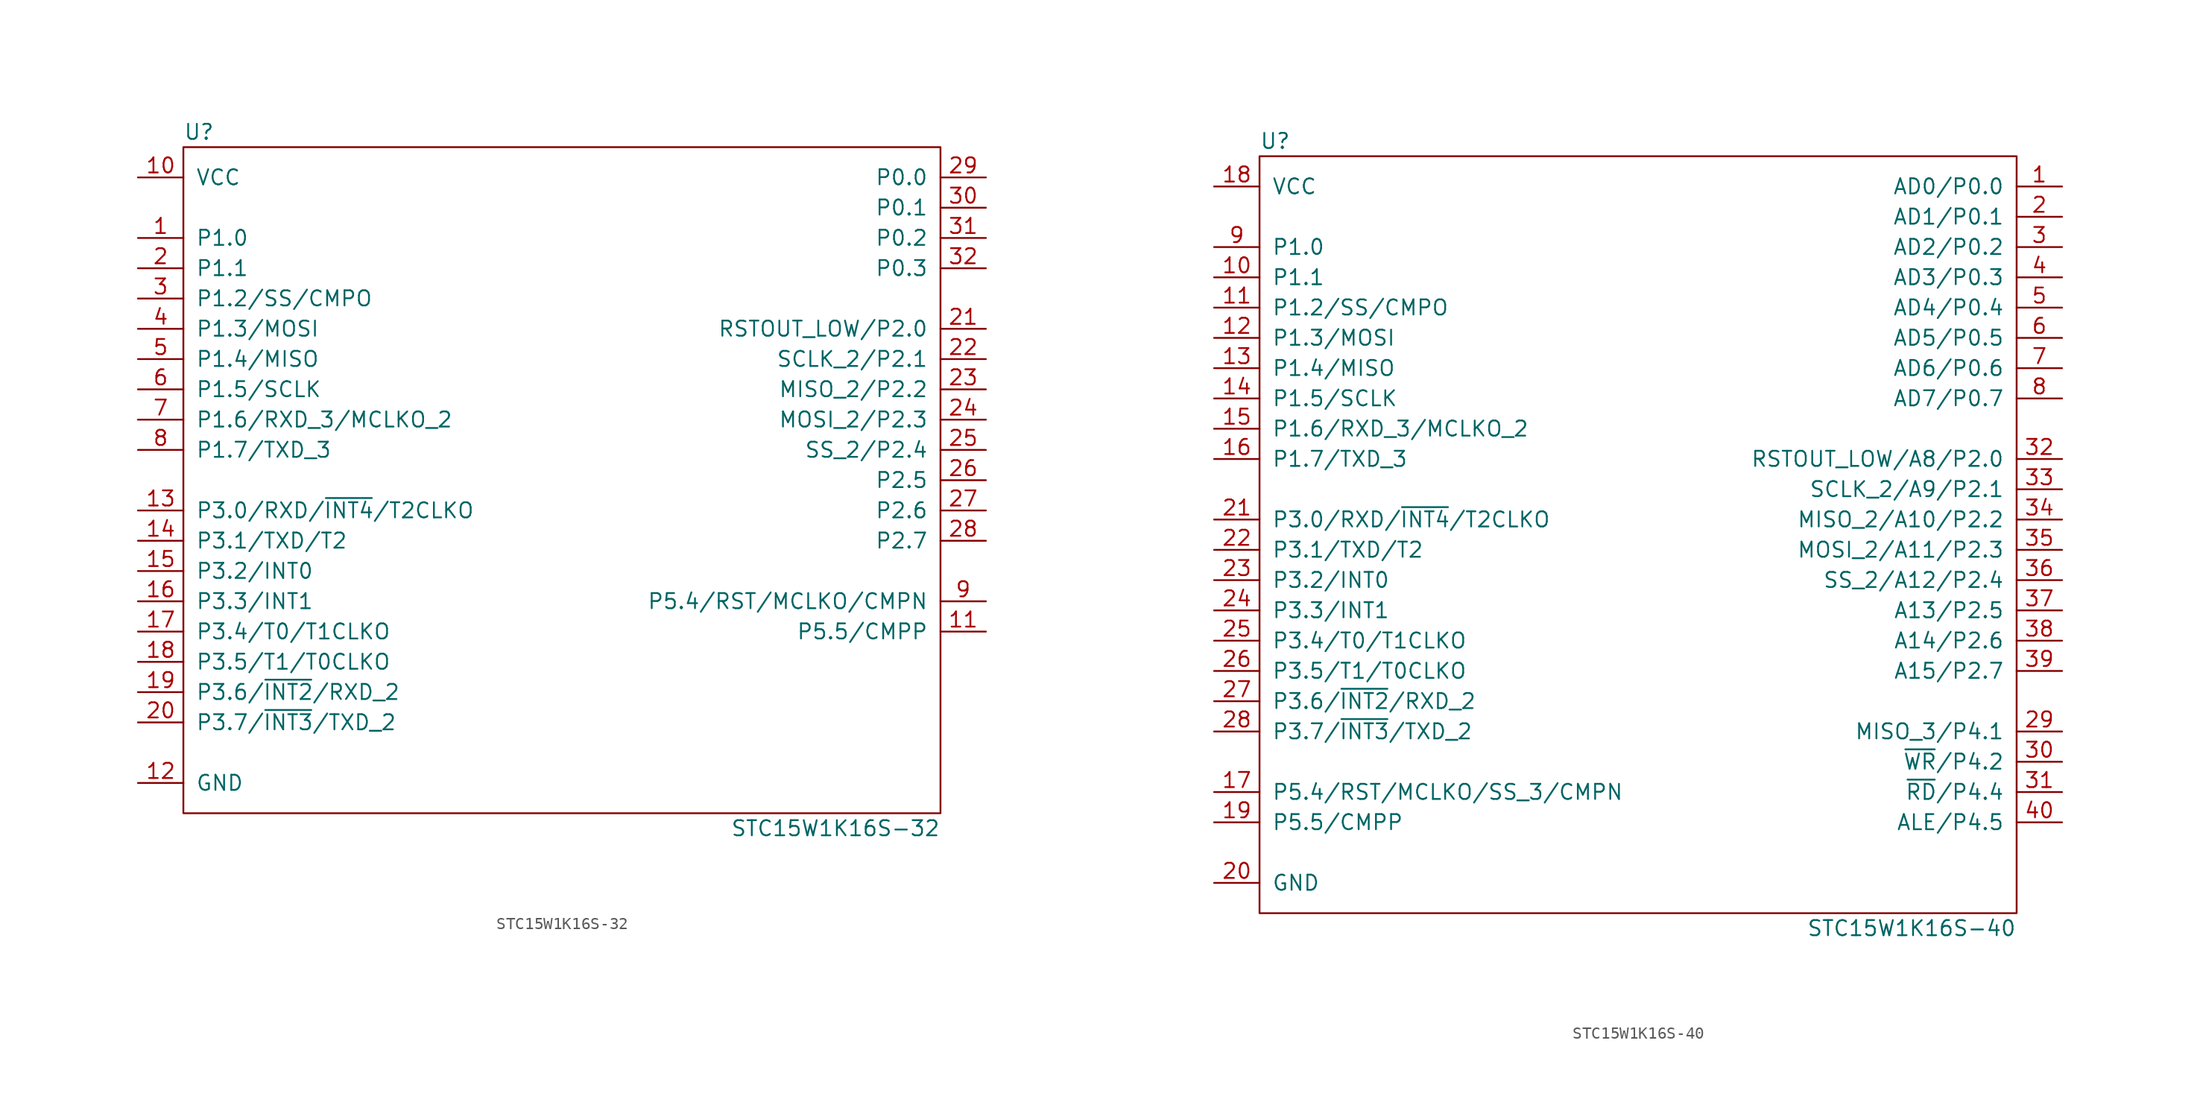
<source format=kicad_sym>
(kicad_symbol_lib
  (version 20211014)
  (generator kicad_symbol_editor)
  (symbol "STC15W1K16S-32"
    (pin_names
      (offset 1.016))
    (property "Reference" "U"
      (at -31.75 29.21 0)
      (effects (font (size 1.27 1.27)) (justify left)))
    (property "Value" "STC15W1K16S-32"
      (at 31.75 -29.21 0)
      (effects (font (size 1.27 1.27)) (justify right)))
    (symbol "STC15W1K16S-32_0_1"
      (rectangle (start -31.75 27.94) (end 31.75 -27.94) (stroke (width 0.152) (type default) (color 0 0 0 0)) (fill (type none))))
    (symbol "STC15W1K16S-32_1_1"
      (pin tri_state line (at -35.56 20.32 0) (length 3.81) (name "P1.0" (effects (font (size 1.27 1.27)))) (number "1" (effects (font (size 1.27 1.27)))))
      (pin power_in line (at -35.56 25.4 0) (length 3.81) (name "VCC" (effects (font (size 1.27 1.27)))) (number "10" (effects (font (size 1.27 1.27)))))
      (pin tri_state line (at 35.56 -12.7 180) (length 3.81) (name "P5.5/CMPP" (effects (font (size 1.27 1.27)))) (number "11" (effects (font (size 1.27 1.27)))))
      (pin power_in line (at -35.56 -25.4 0) (length 3.81) (name "GND" (effects (font (size 1.27 1.27)))) (number "12" (effects (font (size 1.27 1.27)))))
      (pin tri_state line (at -35.56 -2.54 0) (length 3.81) (name "P3.0/RXD/~{INT4}/T2CLKO" (effects (font (size 1.27 1.27)))) (number "13" (effects (font (size 1.27 1.27)))))
      (pin tri_state line (at -35.56 -5.08 0) (length 3.81) (name "P3.1/TXD/T2" (effects (font (size 1.27 1.27)))) (number "14" (effects (font (size 1.27 1.27)))))
      (pin tri_state line (at -35.56 -7.62 0) (length 3.81) (name "P3.2/INT0" (effects (font (size 1.27 1.27)))) (number "15" (effects (font (size 1.27 1.27)))))
      (pin tri_state line (at -35.56 -10.16 0) (length 3.81) (name "P3.3/INT1" (effects (font (size 1.27 1.27)))) (number "16" (effects (font (size 1.27 1.27)))))
      (pin tri_state line (at -35.56 -12.7 0) (length 3.81) (name "P3.4/T0/T1CLKO" (effects (font (size 1.27 1.27)))) (number "17" (effects (font (size 1.27 1.27)))))
      (pin tri_state line (at -35.56 -15.24 0) (length 3.81) (name "P3.5/T1/T0CLKO" (effects (font (size 1.27 1.27)))) (number "18" (effects (font (size 1.27 1.27)))))
      (pin tri_state line (at -35.56 -17.78 0) (length 3.81) (name "P3.6/~{INT2}/RXD_2" (effects (font (size 1.27 1.27)))) (number "19" (effects (font (size 1.27 1.27)))))
      (pin tri_state line (at -35.56 17.78 0) (length 3.81) (name "P1.1" (effects (font (size 1.27 1.27)))) (number "2" (effects (font (size 1.27 1.27)))))
      (pin tri_state line (at -35.56 -20.32 0) (length 3.81) (name "P3.7/~{INT3}/TXD_2" (effects (font (size 1.27 1.27)))) (number "20" (effects (font (size 1.27 1.27)))))
      (pin tri_state line (at 35.56 12.7 180) (length 3.81) (name "RSTOUT_LOW/P2.0" (effects (font (size 1.27 1.27)))) (number "21" (effects (font (size 1.27 1.27)))))
      (pin tri_state line (at 35.56 10.16 180) (length 3.81) (name "SCLK_2/P2.1" (effects (font (size 1.27 1.27)))) (number "22" (effects (font (size 1.27 1.27)))))
      (pin tri_state line (at 35.56 7.62 180) (length 3.81) (name "MISO_2/P2.2" (effects (font (size 1.27 1.27)))) (number "23" (effects (font (size 1.27 1.27)))))
      (pin tri_state line (at 35.56 5.08 180) (length 3.81) (name "MOSI_2/P2.3" (effects (font (size 1.27 1.27)))) (number "24" (effects (font (size 1.27 1.27)))))
      (pin tri_state line (at 35.56 2.54 180) (length 3.81) (name "SS_2/P2.4" (effects (font (size 1.27 1.27)))) (number "25" (effects (font (size 1.27 1.27)))))
      (pin tri_state line (at 35.56 0 180) (length 3.81) (name "P2.5" (effects (font (size 1.27 1.27)))) (number "26" (effects (font (size 1.27 1.27)))))
      (pin tri_state line (at 35.56 -2.54 180) (length 3.81) (name "P2.6" (effects (font (size 1.27 1.27)))) (number "27" (effects (font (size 1.27 1.27)))))
      (pin tri_state line (at 35.56 -5.08 180) (length 3.81) (name "P2.7" (effects (font (size 1.27 1.27)))) (number "28" (effects (font (size 1.27 1.27)))))
      (pin tri_state line (at 35.56 25.4 180) (length 3.81) (name "P0.0" (effects (font (size 1.27 1.27)))) (number "29" (effects (font (size 1.27 1.27)))))
      (pin tri_state line (at -35.56 15.24 0) (length 3.81) (name "P1.2/SS/CMPO" (effects (font (size 1.27 1.27)))) (number "3" (effects (font (size 1.27 1.27)))))
      (pin tri_state line (at 35.56 22.86 180) (length 3.81) (name "P0.1" (effects (font (size 1.27 1.27)))) (number "30" (effects (font (size 1.27 1.27)))))
      (pin tri_state line (at 35.56 20.32 180) (length 3.81) (name "P0.2" (effects (font (size 1.27 1.27)))) (number "31" (effects (font (size 1.27 1.27)))))
      (pin tri_state line (at 35.56 17.78 180) (length 3.81) (name "P0.3" (effects (font (size 1.27 1.27)))) (number "32" (effects (font (size 1.27 1.27)))))
      (pin tri_state line (at -35.56 12.7 0) (length 3.81) (name "P1.3/MOSI" (effects (font (size 1.27 1.27)))) (number "4" (effects (font (size 1.27 1.27)))))
      (pin tri_state line (at -35.56 10.16 0) (length 3.81) (name "P1.4/MISO" (effects (font (size 1.27 1.27)))) (number "5" (effects (font (size 1.27 1.27)))))
      (pin tri_state line (at -35.56 7.62 0) (length 3.81) (name "P1.5/SCLK" (effects (font (size 1.27 1.27)))) (number "6" (effects (font (size 1.27 1.27)))))
      (pin tri_state line (at -35.56 5.08 0) (length 3.81) (name "P1.6/RXD_3/MCLKO_2" (effects (font (size 1.27 1.27)))) (number "7" (effects (font (size 1.27 1.27)))))
      (pin tri_state line (at -35.56 2.54 0) (length 3.81) (name "P1.7/TXD_3" (effects (font (size 1.27 1.27)))) (number "8" (effects (font (size 1.27 1.27)))))
      (pin tri_state line (at 35.56 -10.16 180) (length 3.81) (name "P5.4/RST/MCLKO/CMPN" (effects (font (size 1.27 1.27)))) (number "9" (effects (font (size 1.27 1.27)))))))
  (symbol "STC15W1K16S-40"
    (pin_names
      (offset 1.016))
    (property "Reference" "U"
      (at -31.75 31.75 0)
      (effects (font (size 1.27 1.27)) (justify left)))
    (property "Value" "STC15W1K16S-40"
      (at 31.75 -34.29 0)
      (effects (font (size 1.27 1.27)) (justify right)))
    (symbol "STC15W1K16S-40_0_1"
      (rectangle (start -31.75 30.48) (end 31.75 -33.02) (stroke (width 0.152) (type default) (color 0 0 0 0)) (fill (type none))))
    (symbol "STC15W1K16S-40_1_1"
      (pin tri_state line (at 35.56 27.94 180) (length 3.81) (name "AD0/P0.0" (effects (font (size 1.27 1.27)))) (number "1" (effects (font (size 1.27 1.27)))))
      (pin tri_state line (at -35.56 20.32 0) (length 3.81) (name "P1.1" (effects (font (size 1.27 1.27)))) (number "10" (effects (font (size 1.27 1.27)))))
      (pin tri_state line (at -35.56 17.78 0) (length 3.81) (name "P1.2/SS/CMPO" (effects (font (size 1.27 1.27)))) (number "11" (effects (font (size 1.27 1.27)))))
      (pin tri_state line (at -35.56 15.24 0) (length 3.81) (name "P1.3/MOSI" (effects (font (size 1.27 1.27)))) (number "12" (effects (font (size 1.27 1.27)))))
      (pin tri_state line (at -35.56 12.7 0) (length 3.81) (name "P1.4/MISO" (effects (font (size 1.27 1.27)))) (number "13" (effects (font (size 1.27 1.27)))))
      (pin tri_state line (at -35.56 10.16 0) (length 3.81) (name "P1.5/SCLK" (effects (font (size 1.27 1.27)))) (number "14" (effects (font (size 1.27 1.27)))))
      (pin tri_state line (at -35.56 7.62 0) (length 3.81) (name "P1.6/RXD_3/MCLKO_2" (effects (font (size 1.27 1.27)))) (number "15" (effects (font (size 1.27 1.27)))))
      (pin tri_state line (at -35.56 5.08 0) (length 3.81) (name "P1.7/TXD_3" (effects (font (size 1.27 1.27)))) (number "16" (effects (font (size 1.27 1.27)))))
      (pin tri_state line (at -35.56 -22.86 0) (length 3.81) (name "P5.4/RST/MCLKO/SS_3/CMPN" (effects (font (size 1.27 1.27)))) (number "17" (effects (font (size 1.27 1.27)))))
      (pin power_in line (at -35.56 27.94 0) (length 3.81) (name "VCC" (effects (font (size 1.27 1.27)))) (number "18" (effects (font (size 1.27 1.27)))))
      (pin tri_state line (at -35.56 -25.4 0) (length 3.81) (name "P5.5/CMPP" (effects (font (size 1.27 1.27)))) (number "19" (effects (font (size 1.27 1.27)))))
      (pin tri_state line (at 35.56 25.4 180) (length 3.81) (name "AD1/P0.1" (effects (font (size 1.27 1.27)))) (number "2" (effects (font (size 1.27 1.27)))))
      (pin power_in line (at -35.56 -30.48 0) (length 3.81) (name "GND" (effects (font (size 1.27 1.27)))) (number "20" (effects (font (size 1.27 1.27)))))
      (pin tri_state line (at -35.56 0 0) (length 3.81) (name "P3.0/RXD/~{INT4}/T2CLKO" (effects (font (size 1.27 1.27)))) (number "21" (effects (font (size 1.27 1.27)))))
      (pin tri_state line (at -35.56 -2.54 0) (length 3.81) (name "P3.1/TXD/T2" (effects (font (size 1.27 1.27)))) (number "22" (effects (font (size 1.27 1.27)))))
      (pin tri_state line (at -35.56 -5.08 0) (length 3.81) (name "P3.2/INT0" (effects (font (size 1.27 1.27)))) (number "23" (effects (font (size 1.27 1.27)))))
      (pin tri_state line (at -35.56 -7.62 0) (length 3.81) (name "P3.3/INT1" (effects (font (size 1.27 1.27)))) (number "24" (effects (font (size 1.27 1.27)))))
      (pin tri_state line (at -35.56 -10.16 0) (length 3.81) (name "P3.4/T0/T1CLKO" (effects (font (size 1.27 1.27)))) (number "25" (effects (font (size 1.27 1.27)))))
      (pin tri_state line (at -35.56 -12.7 0) (length 3.81) (name "P3.5/T1/T0CLKO" (effects (font (size 1.27 1.27)))) (number "26" (effects (font (size 1.27 1.27)))))
      (pin tri_state line (at -35.56 -15.24 0) (length 3.81) (name "P3.6/~{INT2}/RXD_2" (effects (font (size 1.27 1.27)))) (number "27" (effects (font (size 1.27 1.27)))))
      (pin tri_state line (at -35.56 -17.78 0) (length 3.81) (name "P3.7/~{INT3}/TXD_2" (effects (font (size 1.27 1.27)))) (number "28" (effects (font (size 1.27 1.27)))))
      (pin tri_state line (at 35.56 -17.78 180) (length 3.81) (name "MISO_3/P4.1" (effects (font (size 1.27 1.27)))) (number "29" (effects (font (size 1.27 1.27)))))
      (pin tri_state line (at 35.56 22.86 180) (length 3.81) (name "AD2/P0.2" (effects (font (size 1.27 1.27)))) (number "3" (effects (font (size 1.27 1.27)))))
      (pin tri_state line (at 35.56 -20.32 180) (length 3.81) (name "~{WR}/P4.2" (effects (font (size 1.27 1.27)))) (number "30" (effects (font (size 1.27 1.27)))))
      (pin tri_state line (at 35.56 -22.86 180) (length 3.81) (name "~{RD}/P4.4" (effects (font (size 1.27 1.27)))) (number "31" (effects (font (size 1.27 1.27)))))
      (pin tri_state line (at 35.56 5.08 180) (length 3.81) (name "RSTOUT_LOW/A8/P2.0" (effects (font (size 1.27 1.27)))) (number "32" (effects (font (size 1.27 1.27)))))
      (pin tri_state line (at 35.56 2.54 180) (length 3.81) (name "SCLK_2/A9/P2.1" (effects (font (size 1.27 1.27)))) (number "33" (effects (font (size 1.27 1.27)))))
      (pin tri_state line (at 35.56 0 180) (length 3.81) (name "MISO_2/A10/P2.2" (effects (font (size 1.27 1.27)))) (number "34" (effects (font (size 1.27 1.27)))))
      (pin tri_state line (at 35.56 -2.54 180) (length 3.81) (name "MOSI_2/A11/P2.3" (effects (font (size 1.27 1.27)))) (number "35" (effects (font (size 1.27 1.27)))))
      (pin tri_state line (at 35.56 -5.08 180) (length 3.81) (name "SS_2/A12/P2.4" (effects (font (size 1.27 1.27)))) (number "36" (effects (font (size 1.27 1.27)))))
      (pin tri_state line (at 35.56 -7.62 180) (length 3.81) (name "A13/P2.5" (effects (font (size 1.27 1.27)))) (number "37" (effects (font (size 1.27 1.27)))))
      (pin tri_state line (at 35.56 -10.16 180) (length 3.81) (name "A14/P2.6" (effects (font (size 1.27 1.27)))) (number "38" (effects (font (size 1.27 1.27)))))
      (pin tri_state line (at 35.56 -12.7 180) (length 3.81) (name "A15/P2.7" (effects (font (size 1.27 1.27)))) (number "39" (effects (font (size 1.27 1.27)))))
      (pin tri_state line (at 35.56 20.32 180) (length 3.81) (name "AD3/P0.3" (effects (font (size 1.27 1.27)))) (number "4" (effects (font (size 1.27 1.27)))))
      (pin tri_state line (at 35.56 -25.4 180) (length 3.81) (name "ALE/P4.5" (effects (font (size 1.27 1.27)))) (number "40" (effects (font (size 1.27 1.27)))))
      (pin tri_state line (at 35.56 17.78 180) (length 3.81) (name "AD4/P0.4" (effects (font (size 1.27 1.27)))) (number "5" (effects (font (size 1.27 1.27)))))
      (pin tri_state line (at 35.56 15.24 180) (length 3.81) (name "AD5/P0.5" (effects (font (size 1.27 1.27)))) (number "6" (effects (font (size 1.27 1.27)))))
      (pin tri_state line (at 35.56 12.7 180) (length 3.81) (name "AD6/P0.6" (effects (font (size 1.27 1.27)))) (number "7" (effects (font (size 1.27 1.27)))))
      (pin tri_state line (at 35.56 10.16 180) (length 3.81) (name "AD7/P0.7" (effects (font (size 1.27 1.27)))) (number "8" (effects (font (size 1.27 1.27)))))
      (pin tri_state line (at -35.56 22.86 0) (length 3.81) (name "P1.0" (effects (font (size 1.27 1.27)))) (number "9" (effects (font (size 1.27 1.27))))))))
</source>
